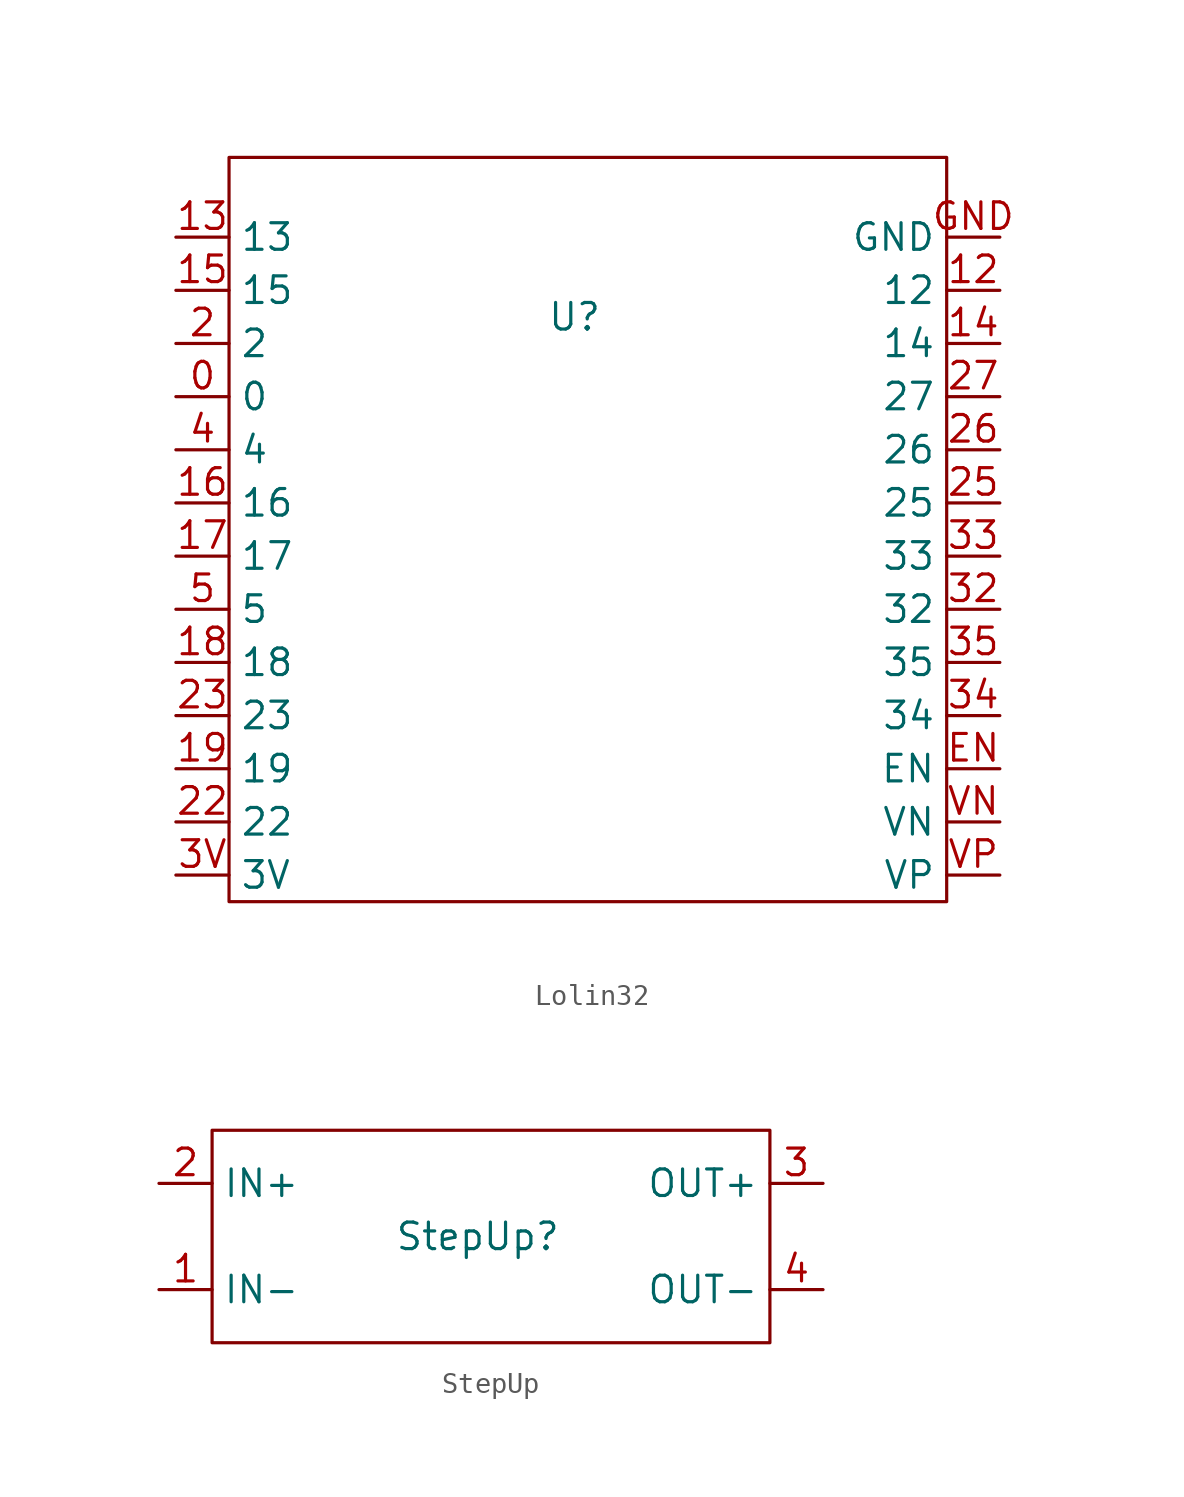
<source format=kicad_sym>
(kicad_symbol_lib
  (version 20231120)
  (generator "kicad_symbol_editor")
  (generator_version "8.0")
  (symbol "Lolin32"
    (property "Reference" "U"
      (at 0 0 0)
      (effects (font (size 1.27 1.27))))
    (property "Value" ""
      (at 0 0 0)
      (effects (font (size 1.27 1.27))))
    (symbol "Lolin32_0_1"
      (rectangle (start -16.51 7.62) (end 17.78 -27.94) (stroke (width 0) (type default)) (fill (type none))))
    (symbol "Lolin32_1_1"
      (pin bidirectional line (at -19.05 -3.81 0) (length 2.54) (name "0" (effects (font (size 1.27 1.27)))) (number "0" (effects (font (size 1.27 1.27)))))
      (pin bidirectional line (at 20.32 1.27 180) (length 2.54) (name "12" (effects (font (size 1.27 1.27)))) (number "12" (effects (font (size 1.27 1.27)))))
      (pin bidirectional line (at -19.05 3.81 0) (length 2.54) (name "13" (effects (font (size 1.27 1.27)))) (number "13" (effects (font (size 1.27 1.27)))))
      (pin bidirectional line (at 20.32 -1.27 180) (length 2.54) (name "14" (effects (font (size 1.27 1.27)))) (number "14" (effects (font (size 1.27 1.27)))))
      (pin bidirectional line (at -19.05 1.27 0) (length 2.54) (name "15" (effects (font (size 1.27 1.27)))) (number "15" (effects (font (size 1.27 1.27)))))
      (pin bidirectional line (at -19.05 -8.89 0) (length 2.54) (name "16" (effects (font (size 1.27 1.27)))) (number "16" (effects (font (size 1.27 1.27)))))
      (pin bidirectional line (at -19.05 -11.43 0) (length 2.54) (name "17" (effects (font (size 1.27 1.27)))) (number "17" (effects (font (size 1.27 1.27)))))
      (pin bidirectional line (at -19.05 -16.51 0) (length 2.54) (name "18" (effects (font (size 1.27 1.27)))) (number "18" (effects (font (size 1.27 1.27)))))
      (pin bidirectional line (at -19.05 -21.59 0) (length 2.54) (name "19" (effects (font (size 1.27 1.27)))) (number "19" (effects (font (size 1.27 1.27)))))
      (pin bidirectional line (at -19.05 -1.27 0) (length 2.54) (name "2" (effects (font (size 1.27 1.27)))) (number "2" (effects (font (size 1.27 1.27)))))
      (pin bidirectional line (at -19.05 -24.13 0) (length 2.54) (name "22" (effects (font (size 1.27 1.27)))) (number "22" (effects (font (size 1.27 1.27)))))
      (pin bidirectional line (at -19.05 -19.05 0) (length 2.54) (name "23" (effects (font (size 1.27 1.27)))) (number "23" (effects (font (size 1.27 1.27)))))
      (pin bidirectional line (at 20.32 -8.89 180) (length 2.54) (name "25" (effects (font (size 1.27 1.27)))) (number "25" (effects (font (size 1.27 1.27)))))
      (pin bidirectional line (at 20.32 -6.35 180) (length 2.54) (name "26" (effects (font (size 1.27 1.27)))) (number "26" (effects (font (size 1.27 1.27)))))
      (pin bidirectional line (at 20.32 -3.81 180) (length 2.54) (name "27" (effects (font (size 1.27 1.27)))) (number "27" (effects (font (size 1.27 1.27)))))
      (pin bidirectional line (at 20.32 -13.97 180) (length 2.54) (name "32" (effects (font (size 1.27 1.27)))) (number "32" (effects (font (size 1.27 1.27)))))
      (pin bidirectional line (at 20.32 -11.43 180) (length 2.54) (name "33" (effects (font (size 1.27 1.27)))) (number "33" (effects (font (size 1.27 1.27)))))
      (pin bidirectional line (at 20.32 -19.05 180) (length 2.54) (name "34" (effects (font (size 1.27 1.27)))) (number "34" (effects (font (size 1.27 1.27)))))
      (pin bidirectional line (at 20.32 -16.51 180) (length 2.54) (name "35" (effects (font (size 1.27 1.27)))) (number "35" (effects (font (size 1.27 1.27)))))
      (pin input line (at -19.05 -26.67 0) (length 2.54) (name "3V" (effects (font (size 1.27 1.27)))) (number "3V" (effects (font (size 1.27 1.27)))))
      (pin bidirectional line (at -19.05 -6.35 0) (length 2.54) (name "4" (effects (font (size 1.27 1.27)))) (number "4" (effects (font (size 1.27 1.27)))))
      (pin bidirectional line (at -19.05 -13.97 0) (length 2.54) (name "5" (effects (font (size 1.27 1.27)))) (number "5" (effects (font (size 1.27 1.27)))))
      (pin bidirectional line (at 20.32 -21.59 180) (length 2.54) (name "EN" (effects (font (size 1.27 1.27)))) (number "EN" (effects (font (size 1.27 1.27)))))
      (pin input line (at 20.32 3.81 180) (length 2.54) (name "GND" (effects (font (size 1.27 1.27)))) (number "GND" (effects (font (size 1.27 1.27)))))
      (pin bidirectional line (at 20.32 -24.13 180) (length 2.54) (name "VN" (effects (font (size 1.27 1.27)))) (number "VN" (effects (font (size 1.27 1.27)))))
      (pin bidirectional line (at 20.32 -26.67 180) (length 2.54) (name "VP" (effects (font (size 1.27 1.27)))) (number "VP" (effects (font (size 1.27 1.27)))))))
  (symbol "StepUp"
    (property "Reference" "StepUp"
      (at 0 0 0)
      (effects (font (size 1.27 1.27))))
    (property "Value" ""
      (at 0 0 0)
      (effects (font (size 1.27 1.27))))
    (symbol "StepUp_0_1"
      (rectangle (start -12.7 5.08) (end 13.97 -5.08) (stroke (width 0) (type default)) (fill (type none))))
    (symbol "StepUp_1_1"
      (pin input line (at -15.24 -2.54 0) (length 2.54) (name "IN-" (effects (font (size 1.27 1.27)))) (number "1" (effects (font (size 1.27 1.27)))))
      (pin input line (at -15.24 2.54 0) (length 2.54) (name "IN+" (effects (font (size 1.27 1.27)))) (number "2" (effects (font (size 1.27 1.27)))))
      (pin output line (at 16.51 2.54 180) (length 2.54) (name "OUT+" (effects (font (size 1.27 1.27)))) (number "3" (effects (font (size 1.27 1.27)))))
      (pin output line (at 16.51 -2.54 180) (length 2.54) (name "OUT-" (effects (font (size 1.27 1.27)))) (number "4" (effects (font (size 1.27 1.27))))))))
</source>
